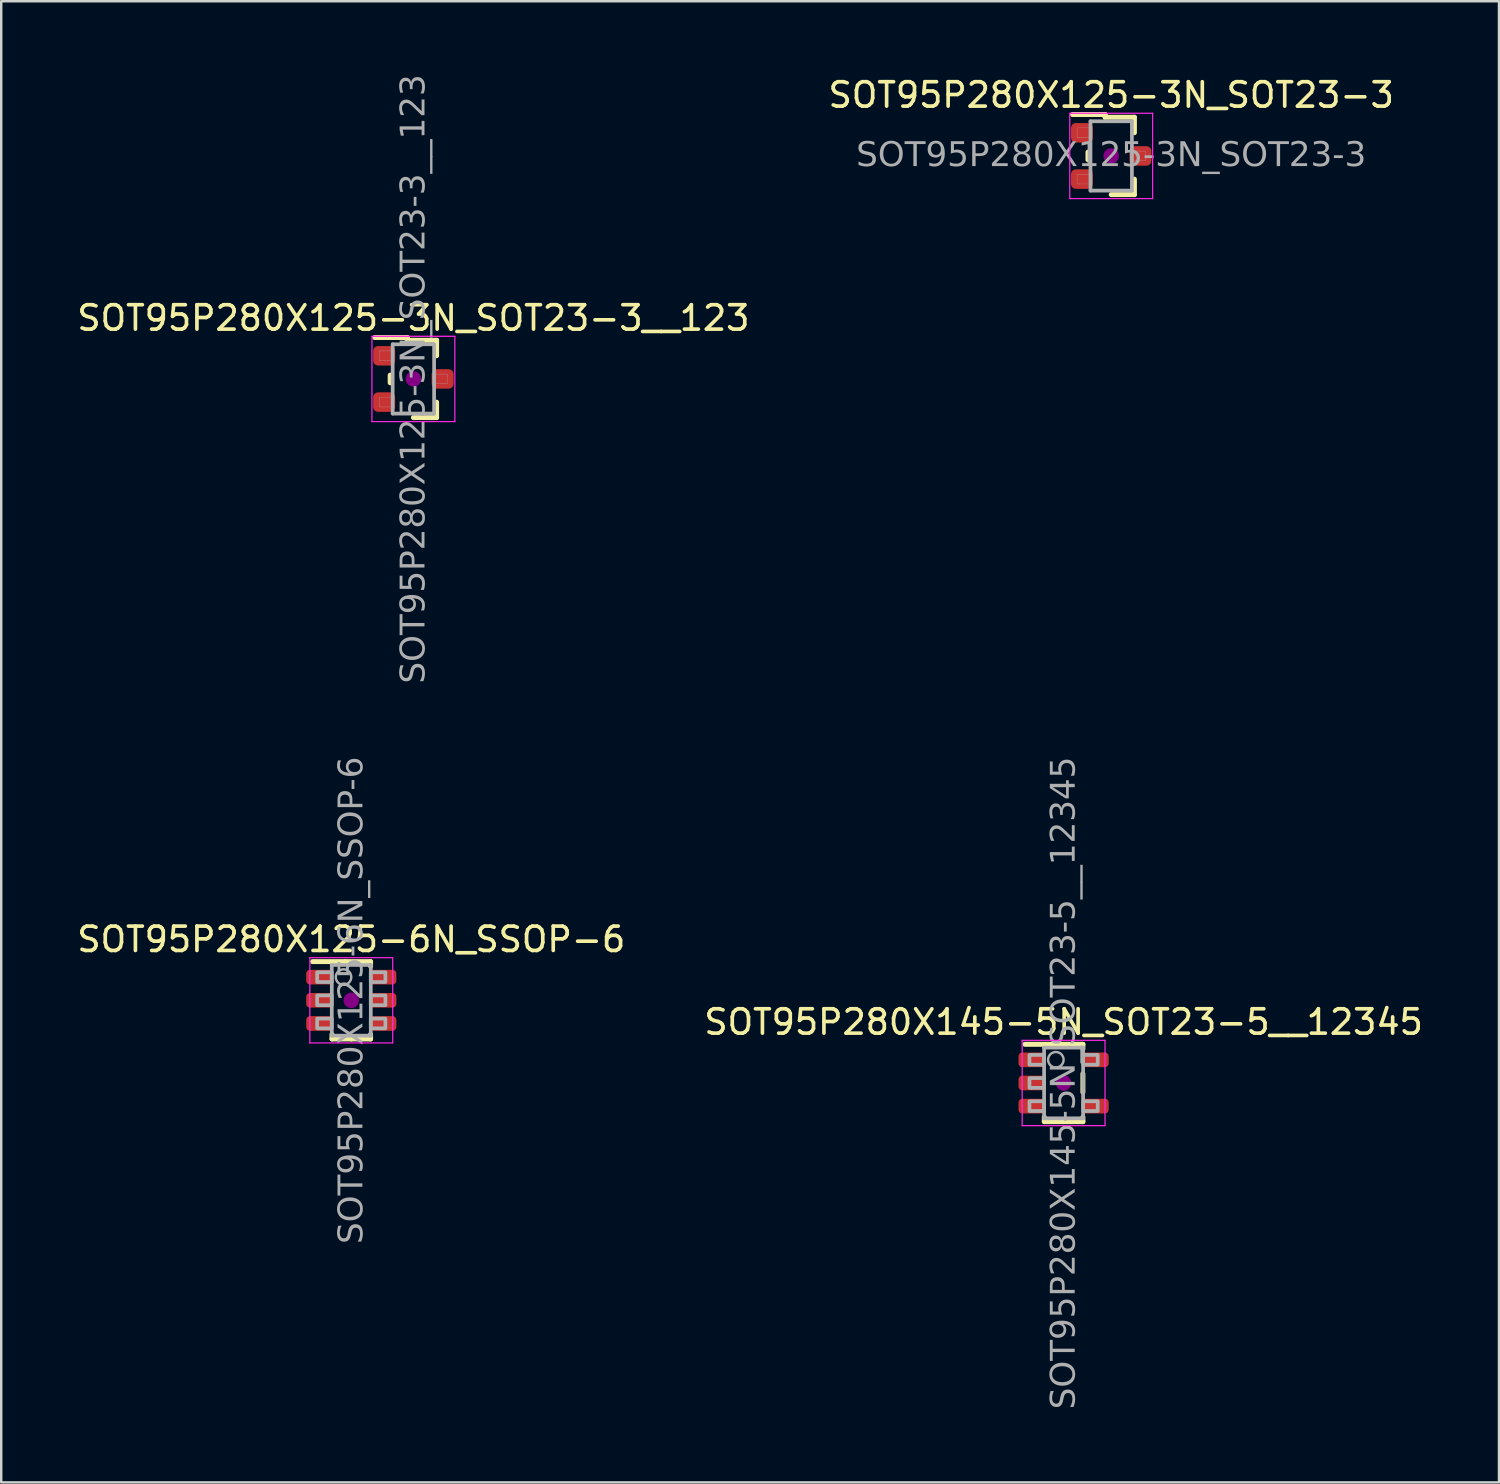
<source format=kicad_pcb>
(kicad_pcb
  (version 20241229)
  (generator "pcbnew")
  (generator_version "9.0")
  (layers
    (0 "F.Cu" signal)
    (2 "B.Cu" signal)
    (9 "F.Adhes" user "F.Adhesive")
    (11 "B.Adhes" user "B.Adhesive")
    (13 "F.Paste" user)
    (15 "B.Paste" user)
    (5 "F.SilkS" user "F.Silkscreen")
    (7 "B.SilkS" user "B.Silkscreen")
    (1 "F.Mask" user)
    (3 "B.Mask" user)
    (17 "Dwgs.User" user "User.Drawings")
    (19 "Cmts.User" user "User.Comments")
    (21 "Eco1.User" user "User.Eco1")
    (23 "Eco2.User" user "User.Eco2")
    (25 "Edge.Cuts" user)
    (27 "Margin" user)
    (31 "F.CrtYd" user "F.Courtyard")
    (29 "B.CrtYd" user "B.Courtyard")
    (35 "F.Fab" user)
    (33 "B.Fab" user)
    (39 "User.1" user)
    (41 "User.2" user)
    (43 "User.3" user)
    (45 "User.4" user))
  (footprint "SOT95P280X125-3N_SOT23-3"
    (layer "F.Cu")
    (at 42.542 3.348)
    (property "Reference" "SOT95P280X125-3N_SOT23-3" (at 0 -2.5 0) (layer "F.SilkS") (effects (font (size 1 1) (thickness 0.15))))
    (attr smd)
    (fp_line (start -0.953 -0.157) (end -0.953 0.157) (stroke (width 0.203) (type solid)) (layer "F.SilkS"))
    (fp_line (start -0.249 -1.699) (end -1.587 -1.699) (stroke (width 0.203) (type solid)) (layer "F.SilkS"))
    (fp_line (start -0.249 -1.587) (end -0.249 -1.699) (stroke (width 0.203) (type solid)) (layer "F.SilkS"))
    (fp_line (start 0.953 -1.587) (end -0.249 -1.587) (stroke (width 0.203) (type solid)) (layer "F.SilkS"))
    (fp_line (start 0.953 -1.587) (end 0.953 -0.953) (stroke (width 0.203) (type solid)) (layer "F.SilkS"))
    (fp_line (start 0.953 0.953) (end 0.953 1.587) (stroke (width 0.203) (type solid)) (layer "F.SilkS"))
    (fp_line (start 0.953 1.587) (end 0 1.587) (stroke (width 0.203) (type solid)) (layer "F.SilkS"))
    (fp_circle (center 0 0) (end 0.318 0) (stroke (width 0) (type solid)) (fill yes) (layer "F.Adhes"))
    (fp_line (start -1.7 -1.75) (end 1.7 -1.75) (stroke (width 0.05) (type solid)) (layer "F.CrtYd"))
    (fp_line (start -1.7 1.75) (end -1.7 -1.75) (stroke (width 0.05) (type solid)) (layer "F.CrtYd"))
    (fp_line (start 1.7 -1.75) (end 1.7 1.75) (stroke (width 0.05) (type solid)) (layer "F.CrtYd"))
    (fp_line (start 1.7 1.75) (end -1.7 1.75) (stroke (width 0.05) (type solid)) (layer "F.CrtYd"))
    (fp_line (start -0.85 -1.422) (end -0.85 1.422) (stroke (width 0.152) (type solid)) (layer "F.Fab"))
    (fp_line (start -0.85 1.422) (end 0.85 1.422) (stroke (width 0.152) (type solid)) (layer "F.Fab"))
    (fp_line (start 0.85 -1.422) (end -0.85 -1.422) (stroke (width 0.152) (type solid)) (layer "F.Fab"))
    (fp_line (start 0.85 1.422) (end 0.85 -1.422) (stroke (width 0.152) (type solid)) (layer "F.Fab"))
    (fp_rect (start -1.4 -1.15) (end -0.85 -0.75) (stroke (width 0.01) (type solid)) (fill no) (layer "F.Fab"))
    (fp_rect (start -1.4 0.75) (end -0.85 1.15) (stroke (width 0.01) (type solid)) (fill no) (layer "F.Fab"))
    (fp_rect (start 1.4 0.2) (end 0.85 -0.2) (stroke (width 0.01) (type solid)) (fill no) (layer "F.Fab"))
    (fp_text user "${REFERENCE}" (at 0 0 0) (layer "F.Fab") (effects (font (face "Tahoma") (size 1 1) (thickness 0.15))))
    (pad "1" smd roundrect (at -1.2 -0.95) (size 0.9 0.8) (layers "F.Cu" "F.Mask" "F.Paste") (roundrect_rratio 0.25))
    (pad "2" smd roundrect (at -1.2 0.95) (size 0.9 0.8) (layers "F.Cu" "F.Mask" "F.Paste") (roundrect_rratio 0.25))
    (pad "3" smd roundrect (at 1.2 0) (size 0.9 0.8) (layers "F.Cu" "F.Mask" "F.Paste") (roundrect_rratio 0.25)))
  (footprint "SOT95P280X145-5N_SOT23-5__12345"
    (layer "F.Cu")
    (at 40.589 41.384)
    (property "Reference" "SOT95P280X145-5N_SOT23-5__12345" (at 0 -2.5 0) (layer "F.SilkS") (effects (font (size 1 1) (thickness 0.15))))
    (attr smd)
    (fp_line (start -0.792 1.397) (end -0.792 1.587) (stroke (width 0.203) (type solid)) (layer "F.SilkS"))
    (fp_line (start -0.792 1.587) (end 0 1.587) (stroke (width 0.203) (type solid)) (layer "F.SilkS"))
    (fp_line (start -0.249 -1.587) (end -1.587 -1.587) (stroke (width 0.203) (type solid)) (layer "F.SilkS"))
    (fp_line (start 0.792 -1.587) (end -0.249 -1.587) (stroke (width 0.203) (type solid)) (layer "F.SilkS"))
    (fp_line (start 0.792 -1.587) (end 0.792 -1.397) (stroke (width 0.203) (type solid)) (layer "F.SilkS"))
    (fp_line (start 0.792 -0.381) (end 0.792 0.381) (stroke (width 0.203) (type solid)) (layer "F.SilkS"))
    (fp_line (start 0.792 1.397) (end 0.792 1.587) (stroke (width 0.203) (type solid)) (layer "F.SilkS"))
    (fp_line (start 0.792 1.587) (end 0 1.587) (stroke (width 0.203) (type solid)) (layer "F.SilkS"))
    (fp_circle (center 0 0) (end 0.318 0) (stroke (width 0) (type solid)) (fill yes) (layer "F.Adhes"))
    (fp_line (start -1.7 -1.75) (end 1.7 -1.75) (stroke (width 0.05) (type solid)) (layer "F.CrtYd"))
    (fp_line (start -1.7 1.75) (end -1.7 -1.75) (stroke (width 0.05) (type solid)) (layer "F.CrtYd"))
    (fp_line (start 1.7 -1.75) (end 1.7 1.75) (stroke (width 0.05) (type solid)) (layer "F.CrtYd"))
    (fp_line (start 1.7 1.75) (end -1.7 1.75) (stroke (width 0.05) (type solid)) (layer "F.CrtYd"))
    (fp_line (start -0.8 -1.45) (end -0.8 1.45) (stroke (width 0.152) (type solid)) (layer "F.Fab"))
    (fp_line (start -0.8 1.45) (end 0.8 1.45) (stroke (width 0.152) (type solid)) (layer "F.Fab"))
    (fp_line (start 0.8 -1.45) (end -0.8 -1.45) (stroke (width 0.152) (type solid)) (layer "F.Fab"))
    (fp_line (start 0.8 1.45) (end 0.8 -1.45) (stroke (width 0.152) (type solid)) (layer "F.Fab"))
    (fp_rect (start -1.4 -1.15) (end -0.8 -0.75) (stroke (width 0.152) (type solid)) (fill no) (layer "F.Fab"))
    (fp_rect (start -1.4 -0.2) (end -0.8 0.2) (stroke (width 0.152) (type solid)) (fill no) (layer "F.Fab"))
    (fp_rect (start -1.4 0.75) (end -0.8 1.15) (stroke (width 0.152) (type solid)) (fill no) (layer "F.Fab"))
    (fp_rect (start 1.4 -0.75) (end 0.8 -1.15) (stroke (width 0.152) (type solid)) (fill no) (layer "F.Fab"))
    (fp_rect (start 1.4 1.15) (end 0.8 0.75) (stroke (width 0.152) (type solid)) (fill no) (layer "F.Fab"))
    (fp_circle (center -0.318 -0.953) (end 0 -0.953) (stroke (width 0.1) (type solid)) (fill no) (layer "F.Fab"))
    (fp_text user "${REFERENCE}" (at 0.04 0 90) (layer "F.Fab") (effects (font (face "Tahoma") (size 1 1) (thickness 0.06))))
    (pad "1" smd roundrect (at -1.3 -0.95) (size 1.1 0.6) (layers "F.Cu" "F.Mask" "F.Paste") (roundrect_rratio 0.25))
    (pad "2" smd roundrect (at -1.3 0) (size 1.1 0.6) (layers "F.Cu" "F.Mask" "F.Paste") (roundrect_rratio 0.25))
    (pad "3" smd roundrect (at -1.3 0.95) (size 1.1 0.6) (layers "F.Cu" "F.Mask" "F.Paste") (roundrect_rratio 0.25))
    (pad "4" smd roundrect (at 1.3 0.95) (size 1.1 0.6) (layers "F.Cu" "F.Mask" "F.Paste") (roundrect_rratio 0.25))
    (pad "5" smd roundrect (at 1.3 -0.95) (size 1.1 0.6) (layers "F.Cu" "F.Mask" "F.Paste") (roundrect_rratio 0.25)))
  (footprint "SOT95P280X125-6N_SSOP-6"
    (layer "F.Cu")
    (at 11.363 37.992)
    (property "Reference" "SOT95P280X125-6N_SSOP-6" (at 0 -2.5 0) (layer "F.SilkS") (effects (font (size 1 1) (thickness 0.15))))
    (attr smd)
    (fp_line (start -0.792 1.397) (end -0.792 1.587) (stroke (width 0.203) (type solid)) (layer "F.SilkS"))
    (fp_line (start -0.792 1.587) (end 0 1.587) (stroke (width 0.203) (type solid)) (layer "F.SilkS"))
    (fp_line (start -0.249 -1.587) (end -1.587 -1.587) (stroke (width 0.203) (type solid)) (layer "F.SilkS"))
    (fp_line (start 0.792 -1.587) (end -0.249 -1.587) (stroke (width 0.203) (type solid)) (layer "F.SilkS"))
    (fp_line (start 0.792 -1.587) (end 0.792 -1.397) (stroke (width 0.203) (type solid)) (layer "F.SilkS"))
    (fp_line (start 0.792 1.397) (end 0.792 1.587) (stroke (width 0.203) (type solid)) (layer "F.SilkS"))
    (fp_line (start 0.792 1.587) (end 0 1.587) (stroke (width 0.203) (type solid)) (layer "F.SilkS"))
    (fp_circle (center 0 0) (end 0.318 0) (stroke (width 0) (type solid)) (fill yes) (layer "F.Adhes"))
    (fp_line (start -1.7 -1.75) (end 1.7 -1.75) (stroke (width 0.05) (type solid)) (layer "F.CrtYd"))
    (fp_line (start -1.7 1.75) (end -1.7 -1.75) (stroke (width 0.05) (type solid)) (layer "F.CrtYd"))
    (fp_line (start 1.7 -1.75) (end 1.7 1.75) (stroke (width 0.05) (type solid)) (layer "F.CrtYd"))
    (fp_line (start 1.7 1.75) (end -1.7 1.75) (stroke (width 0.05) (type solid)) (layer "F.CrtYd"))
    (fp_line (start -0.8 -1.45) (end -0.8 1.45) (stroke (width 0.152) (type solid)) (layer "F.Fab"))
    (fp_line (start -0.8 1.45) (end 0.8 1.45) (stroke (width 0.152) (type solid)) (layer "F.Fab"))
    (fp_line (start 0.8 -1.45) (end -0.8 -1.45) (stroke (width 0.152) (type solid)) (layer "F.Fab"))
    (fp_line (start 0.8 1.45) (end 0.8 -1.45) (stroke (width 0.152) (type solid)) (layer "F.Fab"))
    (fp_rect (start -1.4 -1.15) (end -0.8 -0.75) (stroke (width 0.152) (type solid)) (fill no) (layer "F.Fab"))
    (fp_rect (start -1.4 -0.2) (end -0.8 0.2) (stroke (width 0.152) (type solid)) (fill no) (layer "F.Fab"))
    (fp_rect (start -1.4 0.75) (end -0.8 1.15) (stroke (width 0.152) (type solid)) (fill no) (layer "F.Fab"))
    (fp_rect (start 1.4 -0.75) (end 0.8 -1.15) (stroke (width 0.152) (type solid)) (fill no) (layer "F.Fab"))
    (fp_rect (start 1.4 0.2) (end 0.8 -0.2) (stroke (width 0.152) (type solid)) (fill no) (layer "F.Fab"))
    (fp_rect (start 1.4 1.15) (end 0.8 0.75) (stroke (width 0.152) (type solid)) (fill no) (layer "F.Fab"))
    (fp_circle (center -0.318 -0.953) (end 0 -0.953) (stroke (width 0.1) (type solid)) (fill no) (layer "F.Fab"))
    (fp_text user "${REFERENCE}" (at 0.04 0 90) (layer "F.Fab") (effects (font (face "Tahoma") (size 1 1) (thickness 0.06))))
    (pad "1" smd roundrect (at -1.3 -0.95) (size 1.1 0.6) (layers "F.Cu" "F.Mask" "F.Paste") (roundrect_rratio 0.25))
    (pad "2" smd roundrect (at -1.3 0) (size 1.1 0.6) (layers "F.Cu" "F.Mask" "F.Paste") (roundrect_rratio 0.25))
    (pad "3" smd roundrect (at -1.3 0.95) (size 1.1 0.6) (layers "F.Cu" "F.Mask" "F.Paste") (roundrect_rratio 0.25))
    (pad "4" smd roundrect (at 1.3 0.95) (size 1.1 0.6) (layers "F.Cu" "F.Mask" "F.Paste") (roundrect_rratio 0.25))
    (pad "5" smd roundrect (at 1.3 0) (size 1.1 0.6) (layers "F.Cu" "F.Mask" "F.Paste") (roundrect_rratio 0.25))
    (pad "6" smd roundrect (at 1.3 -0.95) (size 1.1 0.6) (layers "F.Cu" "F.Mask" "F.Paste") (roundrect_rratio 0.25)))
  (footprint "SOT95P280X125-3N_SOT23-3__123"
    (layer "F.Cu")
    (at 13.911 12.498)
    (property "Reference" "SOT95P280X125-3N_SOT23-3__123" (at 0 -2.5 0) (layer "F.SilkS") (effects (font (size 1 1) (thickness 0.15))))
    (attr smd)
    (fp_line (start -0.953 -0.157) (end -0.953 0.157) (stroke (width 0.203) (type solid)) (layer "F.SilkS"))
    (fp_line (start -0.249 -1.699) (end -1.587 -1.699) (stroke (width 0.203) (type solid)) (layer "F.SilkS"))
    (fp_line (start -0.249 -1.587) (end -0.249 -1.699) (stroke (width 0.203) (type solid)) (layer "F.SilkS"))
    (fp_line (start 0.953 -1.587) (end -0.249 -1.587) (stroke (width 0.203) (type solid)) (layer "F.SilkS"))
    (fp_line (start 0.953 -1.587) (end 0.953 -0.953) (stroke (width 0.203) (type solid)) (layer "F.SilkS"))
    (fp_line (start 0.953 0.953) (end 0.953 1.587) (stroke (width 0.203) (type solid)) (layer "F.SilkS"))
    (fp_line (start 0.953 1.587) (end 0 1.587) (stroke (width 0.203) (type solid)) (layer "F.SilkS"))
    (fp_circle (center 0 0) (end 0.318 0) (stroke (width 0) (type solid)) (fill yes) (layer "F.Adhes"))
    (fp_line (start -1.7 -1.75) (end 1.7 -1.75) (stroke (width 0.05) (type solid)) (layer "F.CrtYd"))
    (fp_line (start -1.7 1.75) (end -1.7 -1.75) (stroke (width 0.05) (type solid)) (layer "F.CrtYd"))
    (fp_line (start 1.7 -1.75) (end 1.7 1.75) (stroke (width 0.05) (type solid)) (layer "F.CrtYd"))
    (fp_line (start 1.7 1.75) (end -1.7 1.75) (stroke (width 0.05) (type solid)) (layer "F.CrtYd"))
    (fp_line (start -0.85 -1.422) (end -0.85 1.422) (stroke (width 0.152) (type solid)) (layer "F.Fab"))
    (fp_line (start -0.85 1.422) (end 0.85 1.422) (stroke (width 0.152) (type solid)) (layer "F.Fab"))
    (fp_line (start 0.85 -1.422) (end -0.85 -1.422) (stroke (width 0.152) (type solid)) (layer "F.Fab"))
    (fp_line (start 0.85 1.422) (end 0.85 -1.422) (stroke (width 0.152) (type solid)) (layer "F.Fab"))
    (fp_rect (start -1.4 -1.15) (end -0.85 -0.75) (stroke (width 0.01) (type solid)) (fill no) (layer "F.Fab"))
    (fp_rect (start -1.4 0.75) (end -0.85 1.15) (stroke (width 0.01) (type solid)) (fill no) (layer "F.Fab"))
    (fp_rect (start 1.4 0.2) (end 0.85 -0.2) (stroke (width 0.01) (type solid)) (fill no) (layer "F.Fab"))
    (fp_text user "${REFERENCE}" (at 0.04 0 90) (layer "F.Fab") (effects (font (face "Tahoma") (size 1 1) (thickness 0.06))))
    (pad "1" smd roundrect (at -1.2 -0.95) (size 0.9 0.8) (layers "F.Cu" "F.Mask" "F.Paste") (roundrect_rratio 0.25))
    (pad "2" smd roundrect (at -1.2 0.95) (size 0.9 0.8) (layers "F.Cu" "F.Mask" "F.Paste") (roundrect_rratio 0.25))
    (pad "3" smd roundrect (at 1.2 0) (size 0.9 0.8) (layers "F.Cu" "F.Mask" "F.Paste") (roundrect_rratio 0.25)))
  (gr_rect
    (start -3 -3)
    (end 58.452 57.772)
    (stroke (width 0.1) (type default))
    (fill no)
    (layer "Edge.Cuts")))
</source>
